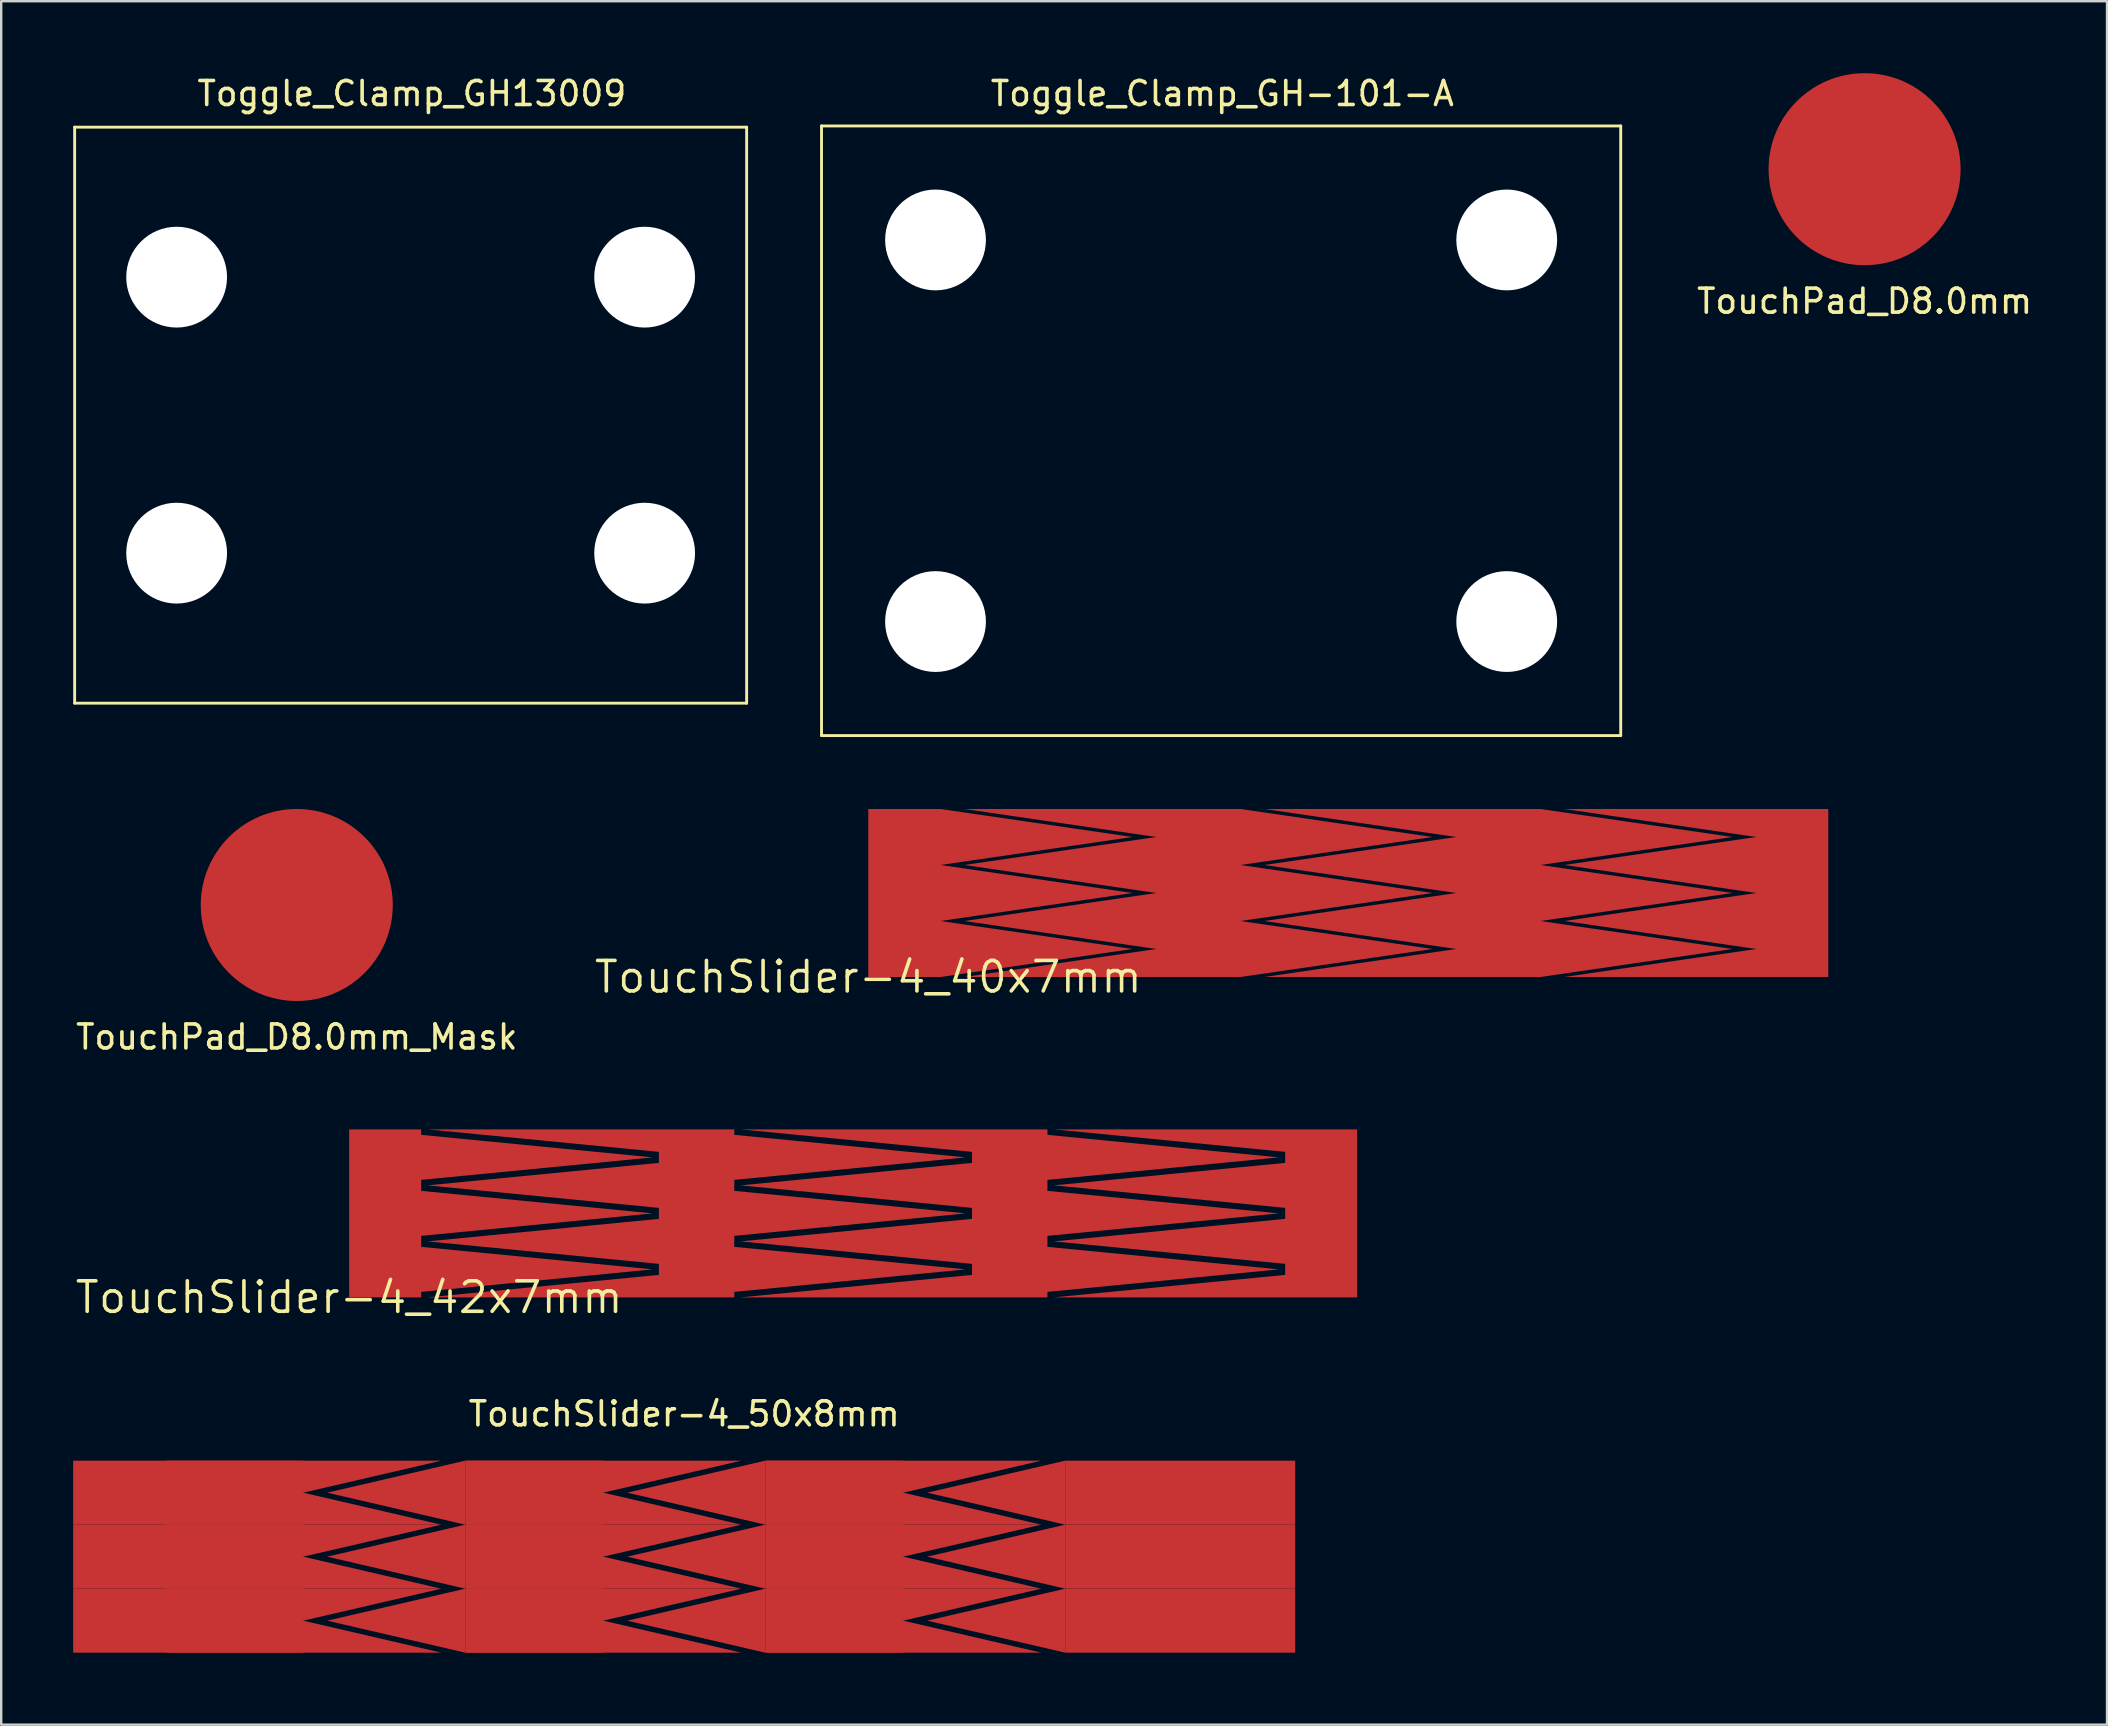
<source format=kicad_pcb>
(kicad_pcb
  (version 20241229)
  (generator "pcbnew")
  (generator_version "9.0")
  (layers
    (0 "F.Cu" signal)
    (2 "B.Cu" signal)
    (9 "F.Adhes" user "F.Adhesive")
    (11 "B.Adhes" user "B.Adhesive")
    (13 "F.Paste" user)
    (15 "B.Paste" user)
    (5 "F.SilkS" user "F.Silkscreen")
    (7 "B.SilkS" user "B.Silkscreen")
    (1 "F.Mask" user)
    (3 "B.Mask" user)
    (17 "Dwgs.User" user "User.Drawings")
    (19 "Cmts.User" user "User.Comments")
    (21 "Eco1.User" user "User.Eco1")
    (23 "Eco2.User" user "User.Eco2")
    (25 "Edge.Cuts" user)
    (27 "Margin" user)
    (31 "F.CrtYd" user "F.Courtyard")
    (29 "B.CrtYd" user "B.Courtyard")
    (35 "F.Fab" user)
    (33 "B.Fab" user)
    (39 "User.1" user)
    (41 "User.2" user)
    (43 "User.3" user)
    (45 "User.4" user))
  (footprint "TouchPad_D8.0mm_Mask"
    (layer "F.Cu")
    (at 9.315 34.658)
    (property "Reference" "TouchPad_D8.0mm_Mask" (at 0 5.5 0) (layer "F.SilkS") (effects (font (size 1 1) (thickness 0.15))))
    (attr through_hole)
    (fp_circle (center 0 0) (end 3.75 0) (stroke (width 0.15) (type solid)) (fill no) (layer "F.Mask"))
    (pad "1" smd circle (at 0 0) (size 8 8) (layers "F.Cu")))
  (footprint "TouchSlider-4_42x7mm"
    (layer "F.Cu")
    (at 11.498 51.007)
    (property "Reference" "TouchSlider-4_42x7mm" (at 0 0 0) (layer "F.SilkS") (effects (font (size 1.27 1.27) (thickness 0.15))))
    (attr smd)
    (pad "1" smd custom (at 1.5 -3.5) (size 2.333 2.333) (layers "F.Cu") (options (anchor circle)) (primitives (gr_poly (pts (xy -1.5 -3.5) (xy 1.5 -3.5) (xy 1.5 -3.271) (xy 11.14 -2.333) (xy 1.5 -1.396) (xy 1.5 -0.937) (xy 11.14 0) (xy 1.5 0.937) (xy 1.5 1.396) (xy 11.14 2.333) (xy 1.5 3.271) (xy 1.5 3.5) (xy -1.5 3.5)) (width 0) (fill yes))))
    (pad "2" smd custom (at 14.476 -3.5) (size 2.333 2.333) (layers "F.Cu") (options (anchor circle)) (primitives (gr_poly (pts (xy -11.211 -3.5) (xy -1.571 -2.563) (xy -1.571 -2.104) (xy -11.211 -1.167) (xy -1.571 -0.229) (xy -1.571 0.229) (xy -11.211 1.167) (xy -1.571 2.104) (xy -1.571 2.563) (xy -11.211 3.5) (xy 1.571 3.5) (xy 1.571 3.271) (xy 11.211 2.333) (xy 1.571 1.396) (xy 1.571 0.937) (xy 11.211 0) (xy 1.571 -0.937) (xy 1.571 -1.396) (xy 11.211 -2.333) (xy 1.571 -3.271) (xy 1.571 -3.5)) (width 0) (fill yes))))
    (pad "3" smd custom (at 27.524 -3.5) (size 2.333 2.333) (layers "F.Cu") (options (anchor circle)) (primitives (gr_poly (pts (xy -11.211 -3.5) (xy -1.571 -2.563) (xy -1.571 -2.104) (xy -11.211 -1.167) (xy -1.571 -0.229) (xy -1.571 0.229) (xy -11.211 1.167) (xy -1.571 2.104) (xy -1.571 2.563) (xy -11.211 3.5) (xy 1.571 3.5) (xy 1.571 3.271) (xy 11.211 2.333) (xy 1.571 1.396) (xy 1.571 0.937) (xy 11.211 0) (xy 1.571 -0.937) (xy 1.571 -1.396) (xy 11.211 -2.333) (xy 1.571 -3.271) (xy 1.571 -3.5)) (width 0) (fill yes))))
    (pad "4" smd custom (at 40.5 -3.5) (size 2.333 2.333) (layers "F.Cu") (options (anchor circle)) (primitives (gr_poly (pts (xy -11.14 -3.5) (xy -1.5 -2.563) (xy -1.5 -2.104) (xy -11.14 -1.167) (xy -1.5 -0.229) (xy -1.5 0.229) (xy -11.14 1.167) (xy -1.5 2.104) (xy -1.5 2.563) (xy -11.14 3.5) (xy 1.5 3.5) (xy 1.5 -3.5)) (width 0) (fill yes)))))
  (footprint "TouchPad_D8.0mm"
    (layer "F.Cu")
    (at 74.641 4)
    (property "Reference" "TouchPad_D8.0mm" (at 0 5.5 0) (layer "F.SilkS") (effects (font (size 1 1) (thickness 0.15))))
    (attr through_hole)
    (pad "1" smd circle (at 0 0) (size 8 8) (layers "F.Cu")))
  (footprint "Toggle_Clamp_GH-101-A"
    (layer "F.Cu")
    (at 47.83 14.898)
    (property "Reference" "Toggle_Clamp_GH-101-A" (at 0.05 -14.05 0) (layer "F.SilkS") (effects (font (size 1 1) (thickness 0.15))))
    (attr through_hole)
    (fp_line (start -16.65 -12.7) (end 16.65 -12.7) (stroke (width 0.12) (type solid)) (layer "F.SilkS"))
    (fp_line (start -16.65 12.7) (end -16.65 -12.7) (stroke (width 0.12) (type solid)) (layer "F.SilkS"))
    (fp_line (start 16.65 -12.7) (end 16.65 12.7) (stroke (width 0.12) (type solid)) (layer "F.SilkS"))
    (fp_line (start 16.65 12.7) (end -16.65 12.7) (stroke (width 0.12) (type solid)) (layer "F.SilkS"))
    (pad "" np_thru_hole circle (at -11.9 -7.95) (size 4.2 4.2) (drill 4.2) (layers "*.Cu" "*.Mask"))
    (pad "" np_thru_hole circle (at -11.9 7.95) (size 4.2 4.2) (drill 4.2) (layers "*.Cu" "*.Mask"))
    (pad "" np_thru_hole circle (at 11.9 -7.95) (size 4.2 4.2) (drill 4.2) (layers "*.Cu" "*.Mask"))
    (pad "" np_thru_hole circle (at 11.9 7.95) (size 4.2 4.2) (drill 4.2) (layers "*.Cu" "*.Mask")))
  (footprint "TouchSlider-4_50x8mm"
    (layer "F.Cu")
    (at 25.458 61.811)
    (property "Reference" "TouchSlider-4_50x8mm" (at 0 -5.95 0) (layer "F.SilkS") (effects (font (size 1 1) (thickness 0.15))))
    (attr smd)
    (pad "1" smd rect (at -20.667 -2.667) (size 9.583 2.667) (layers "F.Cu" "F.Mask"))
    (pad "1" smd rect (at -20.667 0) (size 9.583 2.667) (layers "F.Cu" "F.Mask"))
    (pad "1" smd rect (at -20.667 2.667) (size 9.583 2.667) (layers "F.Cu" "F.Mask"))
    (pad "1" smd trapezoid (at -15.875 -3.333) (size 5.75 1.333) (rect_delta 0 -5.75) (layers "F.Cu" "F.Mask"))
    (pad "1" smd trapezoid (at -15.875 -2) (size 5.75 1.333) (rect_delta 0 5.75) (layers "F.Cu" "F.Mask"))
    (pad "1" smd trapezoid (at -15.875 -0.667) (size 5.75 1.333) (rect_delta 0 -5.75) (layers "F.Cu" "F.Mask"))
    (pad "1" smd trapezoid (at -15.875 0.667) (size 5.75 1.333) (rect_delta 0 5.75) (layers "F.Cu" "F.Mask"))
    (pad "1" smd trapezoid (at -15.875 2) (size 5.75 1.333) (rect_delta 0 -5.75) (layers "F.Cu" "F.Mask"))
    (pad "1" smd trapezoid (at -15.875 3.333) (size 5.75 1.333) (rect_delta 0 5.75) (layers "F.Cu" "F.Mask"))
    (pad "2" smd trapezoid (at -12 -2.667) (size 5.75 1.333) (rect_delta -1.333 0) (layers "F.Cu" "F.Mask"))
    (pad "2" smd trapezoid (at -12 0) (size 5.75 1.333) (rect_delta -1.333 0) (layers "F.Cu" "F.Mask"))
    (pad "2" smd trapezoid (at -12 2.667) (size 5.75 1.333) (rect_delta -1.333 0) (layers "F.Cu" "F.Mask"))
    (pad "2" smd rect (at -6.25 -2.667) (size 5.75 2.667) (layers "F.Cu" "F.Mask"))
    (pad "2" smd rect (at -6.25 0) (size 5.75 2.667) (layers "F.Cu" "F.Mask"))
    (pad "2" smd rect (at -6.25 2.667) (size 5.75 2.667) (layers "F.Cu" "F.Mask"))
    (pad "2" smd trapezoid (at -3.375 -3.333) (size 5.75 1.333) (rect_delta 0 -5.75) (layers "F.Cu" "F.Mask"))
    (pad "2" smd trapezoid (at -3.375 -2) (size 5.75 1.333) (rect_delta 0 5.75) (layers "F.Cu" "F.Mask"))
    (pad "2" smd trapezoid (at -3.375 -0.667) (size 5.75 1.333) (rect_delta 0 -5.75) (layers "F.Cu" "F.Mask"))
    (pad "2" smd trapezoid (at -3.375 0.667) (size 5.75 1.333) (rect_delta 0 5.75) (layers "F.Cu" "F.Mask"))
    (pad "2" smd trapezoid (at -3.375 2) (size 5.75 1.333) (rect_delta 0 -5.75) (layers "F.Cu" "F.Mask"))
    (pad "2" smd trapezoid (at -3.375 3.333) (size 5.75 1.333) (rect_delta 0 5.75) (layers "F.Cu" "F.Mask"))
    (pad "3" smd trapezoid (at 0.5 -2.667) (size 5.75 1.333) (rect_delta -1.333 0) (layers "F.Cu" "F.Mask"))
    (pad "3" smd trapezoid (at 0.5 0) (size 5.75 1.333) (rect_delta -1.333 0) (layers "F.Cu" "F.Mask"))
    (pad "3" smd trapezoid (at 0.5 2.667) (size 5.75 1.333) (rect_delta -1.333 0) (layers "F.Cu" "F.Mask"))
    (pad "3" smd rect (at 6.25 -2.667) (size 5.75 2.667) (layers "F.Cu" "F.Mask"))
    (pad "3" smd rect (at 6.25 0) (size 5.75 2.667) (layers "F.Cu" "F.Mask"))
    (pad "3" smd rect (at 6.25 2.667) (size 5.75 2.667) (layers "F.Cu" "F.Mask"))
    (pad "3" smd trapezoid (at 9.125 -3.333) (size 5.75 1.333) (rect_delta 0 -5.75) (layers "F.Cu" "F.Mask"))
    (pad "3" smd trapezoid (at 9.125 -2) (size 5.75 1.333) (rect_delta 0 5.75) (layers "F.Cu" "F.Mask"))
    (pad "3" smd trapezoid (at 9.125 -0.667) (size 5.75 1.333) (rect_delta 0 -5.75) (layers "F.Cu" "F.Mask"))
    (pad "3" smd trapezoid (at 9.125 0.667) (size 5.75 1.333) (rect_delta 0 5.75) (layers "F.Cu" "F.Mask"))
    (pad "3" smd trapezoid (at 9.125 2) (size 5.75 1.333) (rect_delta 0 -5.75) (layers "F.Cu" "F.Mask"))
    (pad "3" smd trapezoid (at 9.125 3.333) (size 5.75 1.333) (rect_delta 0 5.75) (layers "F.Cu" "F.Mask"))
    (pad "4" smd trapezoid (at 13 -2.667) (size 5.75 1.333) (rect_delta -1.333 0) (layers "F.Cu" "F.Mask"))
    (pad "4" smd trapezoid (at 13 0) (size 5.75 1.333) (rect_delta -1.333 0) (layers "F.Cu" "F.Mask"))
    (pad "4" smd trapezoid (at 13 2.667) (size 5.75 1.333) (rect_delta -1.333 0) (layers "F.Cu" "F.Mask"))
    (pad "4" smd rect (at 20.667 -2.667) (size 9.583 2.667) (layers "F.Cu" "F.Mask"))
    (pad "4" smd rect (at 20.667 0) (size 9.583 2.667) (layers "F.Cu" "F.Mask"))
    (pad "4" smd rect (at 20.667 2.667) (size 9.583 2.667) (layers "F.Cu" "F.Mask")))
  (footprint "Toggle_Clamp_GH13009"
    (layer "F.Cu")
    (at 14.06 14.248)
    (property "Reference" "Toggle_Clamp_GH13009" (at 0.05 -13.4 0) (layer "F.SilkS") (effects (font (size 1 1) (thickness 0.15))))
    (attr through_hole)
    (fp_line (start -14 -12) (end 14 -12) (stroke (width 0.12) (type solid)) (layer "F.SilkS"))
    (fp_line (start -14 12) (end -14 -12) (stroke (width 0.12) (type solid)) (layer "F.SilkS"))
    (fp_line (start 14 -12) (end 14 12) (stroke (width 0.12) (type solid)) (layer "F.SilkS"))
    (fp_line (start 14 12) (end -14 12) (stroke (width 0.12) (type solid)) (layer "F.SilkS"))
    (pad "" np_thru_hole circle (at -9.75 -5.75) (size 4.2 4.2) (drill 4.2) (layers "*.Cu" "*.Mask"))
    (pad "" np_thru_hole circle (at -9.75 5.75) (size 4.2 4.2) (drill 4.2) (layers "*.Cu" "*.Mask"))
    (pad "" np_thru_hole circle (at 9.75 -5.75) (size 4.2 4.2) (drill 4.2) (layers "*.Cu" "*.Mask"))
    (pad "" np_thru_hole circle (at 9.75 5.75) (size 4.2 4.2) (drill 4.2) (layers "*.Cu" "*.Mask")))
  (footprint "TouchSlider-4_40x7mm"
    (layer "F.Cu")
    (at 33.129 37.658)
    (property "Reference" "TouchSlider-4_40x7mm" (at 0 0 0) (layer "F.SilkS") (effects (font (size 1.27 1.27) (thickness 0.15))))
    (attr smd)
    (pad "1" smd custom (at 1.5 -3.5) (size 2.333 2.333) (layers "F.Cu") (options (anchor circle)) (primitives (gr_poly (pts (xy -1.5 -3.5) (xy 1.5 -3.5) (xy 9.5 -2.333) (xy 1.5 -1.167) (xy 9.5 0) (xy 1.5 1.167) (xy 9.5 2.333) (xy 1.5 3.5) (xy -1.5 3.5)) (width 0) (fill yes))))
    (pad "2" smd custom (at 13.75 -3.5) (size 2.333 2.333) (layers "F.Cu") (options (anchor circle)) (primitives (gr_poly (pts (xy -9.75 -3.5) (xy -1.75 -2.333) (xy -9.75 -1.167) (xy -1.75 0) (xy -9.75 1.167) (xy -1.75 2.333) (xy -9.75 3.5) (xy 1.75 3.5) (xy 9.75 2.333) (xy 1.75 1.167) (xy 9.75 0) (xy 1.75 -1.167) (xy 9.75 -2.333) (xy 1.75 -3.5)) (width 0) (fill yes))))
    (pad "3" smd custom (at 26.25 -3.5) (size 2.333 2.333) (layers "F.Cu") (options (anchor circle)) (primitives (gr_poly (pts (xy -9.75 -3.5) (xy -1.75 -2.333) (xy -9.75 -1.167) (xy -1.75 0) (xy -9.75 1.167) (xy -1.75 2.333) (xy -9.75 3.5) (xy 1.75 3.5) (xy 9.75 2.333) (xy 1.75 1.167) (xy 9.75 0) (xy 1.75 -1.167) (xy 9.75 -2.333) (xy 1.75 -3.5)) (width 0) (fill yes))))
    (pad "4" smd custom (at 38.5 -3.5) (size 2.333 2.333) (layers "F.Cu") (options (anchor circle)) (primitives (gr_poly (pts (xy -9.5 -3.5) (xy -1.5 -2.333) (xy -9.5 -1.167) (xy -1.5 0) (xy -9.5 1.167) (xy -1.5 2.333) (xy -9.5 3.5) (xy 1.5 3.5) (xy 1.5 -3.5)) (width 0) (fill yes)))))
  (gr_rect
    (start -3 -3)
    (end 84.742 68.811)
    (stroke (width 0.1) (type default))
    (fill no)
    (layer "Edge.Cuts")))
</source>
